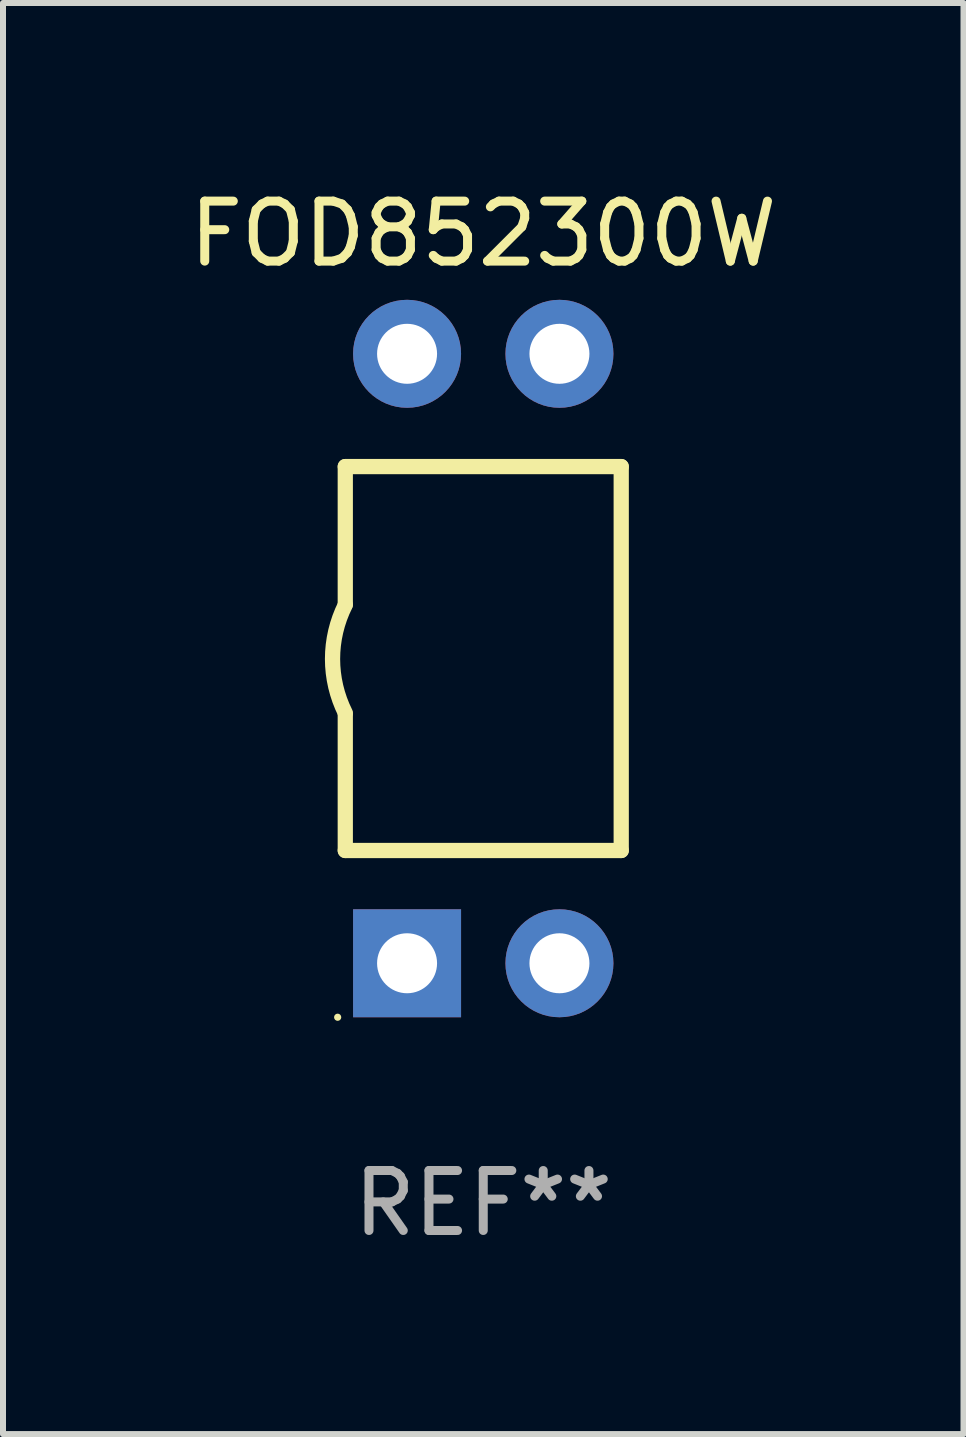
<source format=kicad_pcb>
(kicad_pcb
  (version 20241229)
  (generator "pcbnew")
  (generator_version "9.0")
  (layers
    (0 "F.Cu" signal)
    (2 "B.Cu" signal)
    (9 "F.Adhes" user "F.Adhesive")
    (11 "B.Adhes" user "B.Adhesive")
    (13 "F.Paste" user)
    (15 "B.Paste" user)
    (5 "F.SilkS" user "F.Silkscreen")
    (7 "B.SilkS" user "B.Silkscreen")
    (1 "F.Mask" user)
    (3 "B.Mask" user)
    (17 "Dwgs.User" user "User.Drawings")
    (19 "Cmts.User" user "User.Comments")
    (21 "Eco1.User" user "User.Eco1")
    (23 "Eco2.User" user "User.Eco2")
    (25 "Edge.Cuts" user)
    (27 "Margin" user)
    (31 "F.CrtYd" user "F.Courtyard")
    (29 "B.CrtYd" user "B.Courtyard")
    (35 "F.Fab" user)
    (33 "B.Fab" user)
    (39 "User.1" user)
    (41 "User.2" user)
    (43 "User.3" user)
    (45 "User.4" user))
  (footprint "FOD852300W"
    (layer "F.Cu")
    (at 5.006 7.928)
    (property "Reference" "FOD852300W" (at 0 -7.08 0) (layer "F.SilkS") (effects (font (size 1 1) (thickness 0.15))))
    (attr through_hole)
    (fp_line (start -2.3 -3.2) (end 2.3 -3.2) (stroke (width 0.254) (type solid)) (layer "F.SilkS"))
    (fp_line (start -2.3 -0.902) (end -2.3 -3.2) (stroke (width 0.254) (type solid)) (layer "F.SilkS"))
    (fp_line (start -2.3 3.2) (end -2.3 0.928) (stroke (width 0.254) (type solid)) (layer "F.SilkS"))
    (fp_line (start -2.3 3.2) (end 2.3 3.2) (stroke (width 0.254) (type solid)) (layer "F.SilkS"))
    (fp_line (start 2.3 3.2) (end 2.3 -3.2) (stroke (width 0.254) (type solid)) (layer "F.SilkS"))
    (fp_arc (start -2.3 0.907036) (mid -2.512563 0.006604) (end -2.3 -0.893828) (stroke (width 0.254001) (type solid)) (layer "F.SilkS"))
    (fp_circle (center -2.427 5.98) (end -2.397 5.98) (stroke (width 0.06) (type solid)) (fill no) (layer "F.SilkS"))
    (fp_text user "REF**" (at 0 9.08 0) (layer "F.Fab") (effects (font (size 1 1) (thickness 0.15))))
    (pad "1" thru_hole rect (at -1.27 5.08 90) (size 1.8 1.8) (drill 1) (layers "*.Cu" "*.Mask"))
    (pad "2" thru_hole circle (at 1.27 5.08) (size 1.8 1.8) (drill 1) (layers "*.Cu" "*.Mask"))
    (pad "3" thru_hole circle (at 1.27 -5.08) (size 1.8 1.8) (drill 1) (layers "*.Cu" "*.Mask"))
    (pad "4" thru_hole circle (at -1.27 -5.08) (size 1.8 1.8) (drill 1) (layers "*.Cu" "*.Mask")))
  (gr_rect
    (start -3 -3)
    (end 13.012 20.857)
    (stroke (width 0.1) (type default))
    (fill no)
    (layer "Edge.Cuts")))
</source>
